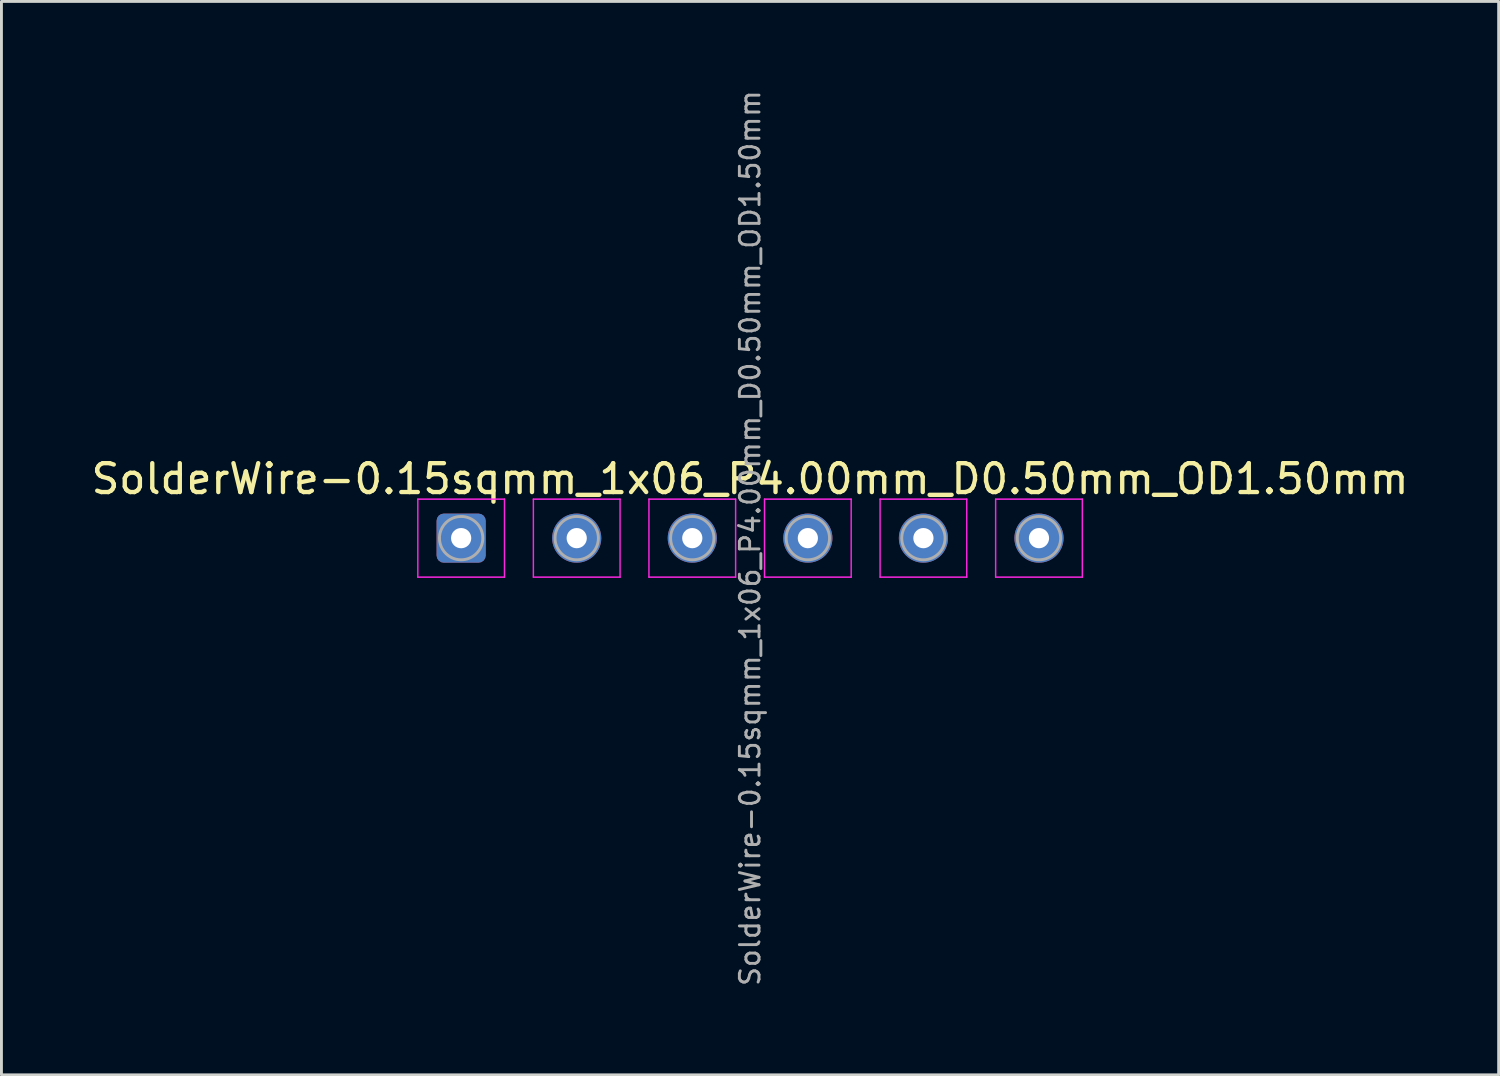
<source format=kicad_pcb>
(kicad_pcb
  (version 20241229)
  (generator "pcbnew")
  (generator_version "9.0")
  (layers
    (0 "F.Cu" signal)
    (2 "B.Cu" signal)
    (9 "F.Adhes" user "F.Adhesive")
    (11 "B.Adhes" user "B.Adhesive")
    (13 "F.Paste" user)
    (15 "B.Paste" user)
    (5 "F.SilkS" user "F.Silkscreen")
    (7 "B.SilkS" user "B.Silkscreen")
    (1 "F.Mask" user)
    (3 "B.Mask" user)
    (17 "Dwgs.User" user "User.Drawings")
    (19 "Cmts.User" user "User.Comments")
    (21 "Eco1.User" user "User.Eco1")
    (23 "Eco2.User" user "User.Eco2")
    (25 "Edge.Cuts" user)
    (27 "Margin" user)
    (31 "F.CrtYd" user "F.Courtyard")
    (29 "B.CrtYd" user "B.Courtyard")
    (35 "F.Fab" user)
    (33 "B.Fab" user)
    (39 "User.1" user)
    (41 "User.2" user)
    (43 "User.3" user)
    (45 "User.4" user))
  (footprint "SolderWire-0.15sqmm_1x06_P4.00mm_D0.50mm_OD1.50mm"
    (layer "F.Cu")
    (at 12.911 15.576)
    (property "Reference" "SolderWire-0.15sqmm_1x06_P4.00mm_D0.50mm_OD1.50mm" (at 10 -2.05 0) (layer "F.SilkS") (effects (font (size 1 1) (thickness 0.15))))
    (attr exclude_from_pos_files exclude_from_bom)
    (fp_line (start -1.5 -1.35) (end -1.5 1.35) (stroke (width 0.05) (type solid)) (layer "F.CrtYd"))
    (fp_line (start -1.5 1.35) (end 1.5 1.35) (stroke (width 0.05) (type solid)) (layer "F.CrtYd"))
    (fp_line (start 1.5 -1.35) (end -1.5 -1.35) (stroke (width 0.05) (type solid)) (layer "F.CrtYd"))
    (fp_line (start 1.5 1.35) (end 1.5 -1.35) (stroke (width 0.05) (type solid)) (layer "F.CrtYd"))
    (fp_line (start 2.5 -1.35) (end 2.5 1.35) (stroke (width 0.05) (type solid)) (layer "F.CrtYd"))
    (fp_line (start 2.5 1.35) (end 5.5 1.35) (stroke (width 0.05) (type solid)) (layer "F.CrtYd"))
    (fp_line (start 5.5 -1.35) (end 2.5 -1.35) (stroke (width 0.05) (type solid)) (layer "F.CrtYd"))
    (fp_line (start 5.5 1.35) (end 5.5 -1.35) (stroke (width 0.05) (type solid)) (layer "F.CrtYd"))
    (fp_line (start 6.5 -1.35) (end 6.5 1.35) (stroke (width 0.05) (type solid)) (layer "F.CrtYd"))
    (fp_line (start 6.5 1.35) (end 9.5 1.35) (stroke (width 0.05) (type solid)) (layer "F.CrtYd"))
    (fp_line (start 9.5 -1.35) (end 6.5 -1.35) (stroke (width 0.05) (type solid)) (layer "F.CrtYd"))
    (fp_line (start 9.5 1.35) (end 9.5 -1.35) (stroke (width 0.05) (type solid)) (layer "F.CrtYd"))
    (fp_line (start 10.5 -1.35) (end 10.5 1.35) (stroke (width 0.05) (type solid)) (layer "F.CrtYd"))
    (fp_line (start 10.5 1.35) (end 13.5 1.35) (stroke (width 0.05) (type solid)) (layer "F.CrtYd"))
    (fp_line (start 13.5 -1.35) (end 10.5 -1.35) (stroke (width 0.05) (type solid)) (layer "F.CrtYd"))
    (fp_line (start 13.5 1.35) (end 13.5 -1.35) (stroke (width 0.05) (type solid)) (layer "F.CrtYd"))
    (fp_line (start 14.5 -1.35) (end 14.5 1.35) (stroke (width 0.05) (type solid)) (layer "F.CrtYd"))
    (fp_line (start 14.5 1.35) (end 17.5 1.35) (stroke (width 0.05) (type solid)) (layer "F.CrtYd"))
    (fp_line (start 17.5 -1.35) (end 14.5 -1.35) (stroke (width 0.05) (type solid)) (layer "F.CrtYd"))
    (fp_line (start 17.5 1.35) (end 17.5 -1.35) (stroke (width 0.05) (type solid)) (layer "F.CrtYd"))
    (fp_line (start 18.5 -1.35) (end 18.5 1.35) (stroke (width 0.05) (type solid)) (layer "F.CrtYd"))
    (fp_line (start 18.5 1.35) (end 21.5 1.35) (stroke (width 0.05) (type solid)) (layer "F.CrtYd"))
    (fp_line (start 21.5 -1.35) (end 18.5 -1.35) (stroke (width 0.05) (type solid)) (layer "F.CrtYd"))
    (fp_line (start 21.5 1.35) (end 21.5 -1.35) (stroke (width 0.05) (type solid)) (layer "F.CrtYd"))
    (fp_circle (center 0 0) (end 0.75 0) (stroke (width 0.1) (type solid)) (fill no) (layer "F.Fab"))
    (fp_circle (center 4 0) (end 4.75 0) (stroke (width 0.1) (type solid)) (fill no) (layer "F.Fab"))
    (fp_circle (center 8 0) (end 8.75 0) (stroke (width 0.1) (type solid)) (fill no) (layer "F.Fab"))
    (fp_circle (center 12 0) (end 12.75 0) (stroke (width 0.1) (type solid)) (fill no) (layer "F.Fab"))
    (fp_circle (center 16 0) (end 16.75 0) (stroke (width 0.1) (type solid)) (fill no) (layer "F.Fab"))
    (fp_circle (center 20 0) (end 20.75 0) (stroke (width 0.1) (type solid)) (fill no) (layer "F.Fab"))
    (fp_text user "${REFERENCE}" (at 10 0 90) (layer "F.Fab") (effects (font (size 0.68 0.68) (thickness 0.1))))
    (pad "1" thru_hole roundrect (at 0 0) (size 1.7 1.7) (drill 0.7) (layers "*.Cu" "*.Mask") (roundrect_rratio 0.147))
    (pad "2" thru_hole circle (at 4 0) (size 1.7 1.7) (drill 0.7) (layers "*.Cu" "*.Mask"))
    (pad "3" thru_hole circle (at 8 0) (size 1.7 1.7) (drill 0.7) (layers "*.Cu" "*.Mask"))
    (pad "4" thru_hole circle (at 12 0) (size 1.7 1.7) (drill 0.7) (layers "*.Cu" "*.Mask"))
    (pad "5" thru_hole circle (at 16 0) (size 1.7 1.7) (drill 0.7) (layers "*.Cu" "*.Mask"))
    (pad "6" thru_hole circle (at 20 0) (size 1.7 1.7) (drill 0.7) (layers "*.Cu" "*.Mask")))
  (gr_rect
    (start -3 -3)
    (end 48.821 34.153)
    (stroke (width 0.1) (type default))
    (fill no)
    (layer "Edge.Cuts")))
</source>
